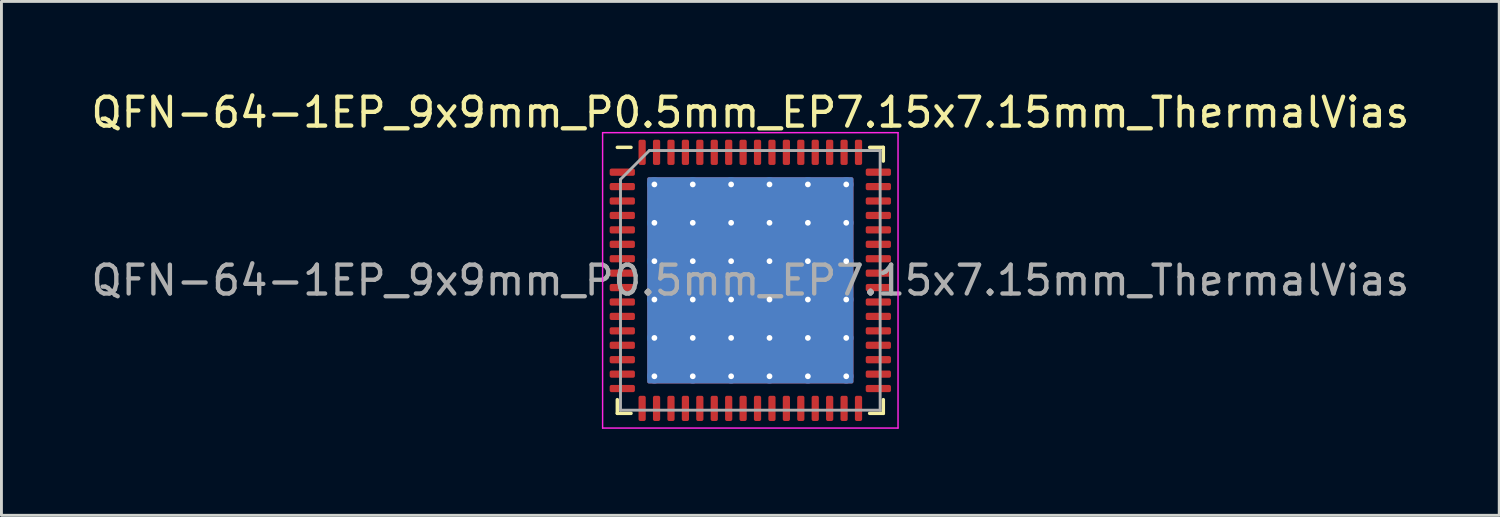
<source format=kicad_pcb>
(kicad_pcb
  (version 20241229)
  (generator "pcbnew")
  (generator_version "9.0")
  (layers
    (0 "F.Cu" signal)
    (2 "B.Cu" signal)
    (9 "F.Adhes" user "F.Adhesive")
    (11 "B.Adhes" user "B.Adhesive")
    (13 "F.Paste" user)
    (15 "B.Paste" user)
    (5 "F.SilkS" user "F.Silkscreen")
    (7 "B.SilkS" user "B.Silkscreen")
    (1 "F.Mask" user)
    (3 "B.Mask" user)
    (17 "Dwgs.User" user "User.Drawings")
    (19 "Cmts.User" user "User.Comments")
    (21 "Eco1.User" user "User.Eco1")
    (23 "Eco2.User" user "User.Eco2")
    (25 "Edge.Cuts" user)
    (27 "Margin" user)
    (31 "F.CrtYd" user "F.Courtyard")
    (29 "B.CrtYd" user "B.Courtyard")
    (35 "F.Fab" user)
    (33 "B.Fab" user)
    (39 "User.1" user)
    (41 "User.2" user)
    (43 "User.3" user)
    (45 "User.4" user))
  (footprint "QFN-64-1EP_9x9mm_P0.5mm_EP7.15x7.15mm_ThermalVias"
    (layer "F.Cu")
    (at 22.958 6.668)
    (property "Reference" "QFN-64-1EP_9x9mm_P0.5mm_EP7.15x7.15mm_ThermalVias" (at 0 -5.82 0) (layer "F.SilkS") (effects (font (size 1 1) (thickness 0.15))))
    (attr smd)
    (fp_line (start -4.61 4.61) (end -4.61 4.135) (stroke (width 0.12) (type solid)) (layer "F.SilkS"))
    (fp_line (start -4.135 -4.61) (end -4.61 -4.61) (stroke (width 0.12) (type solid)) (layer "F.SilkS"))
    (fp_line (start -4.135 4.61) (end -4.61 4.61) (stroke (width 0.12) (type solid)) (layer "F.SilkS"))
    (fp_line (start 4.135 -4.61) (end 4.61 -4.61) (stroke (width 0.12) (type solid)) (layer "F.SilkS"))
    (fp_line (start 4.135 4.61) (end 4.61 4.61) (stroke (width 0.12) (type solid)) (layer "F.SilkS"))
    (fp_line (start 4.61 -4.61) (end 4.61 -4.135) (stroke (width 0.12) (type solid)) (layer "F.SilkS"))
    (fp_line (start 4.61 4.61) (end 4.61 4.135) (stroke (width 0.12) (type solid)) (layer "F.SilkS"))
    (fp_line (start -5.12 -5.12) (end -5.12 5.12) (stroke (width 0.05) (type solid)) (layer "F.CrtYd"))
    (fp_line (start -5.12 5.12) (end 5.12 5.12) (stroke (width 0.05) (type solid)) (layer "F.CrtYd"))
    (fp_line (start 5.12 -5.12) (end -5.12 -5.12) (stroke (width 0.05) (type solid)) (layer "F.CrtYd"))
    (fp_line (start 5.12 5.12) (end 5.12 -5.12) (stroke (width 0.05) (type solid)) (layer "F.CrtYd"))
    (fp_line (start -4.5 -3.5) (end -3.5 -4.5) (stroke (width 0.1) (type solid)) (layer "F.Fab"))
    (fp_line (start -4.5 4.5) (end -4.5 -3.5) (stroke (width 0.1) (type solid)) (layer "F.Fab"))
    (fp_line (start -3.5 -4.5) (end 4.5 -4.5) (stroke (width 0.1) (type solid)) (layer "F.Fab"))
    (fp_line (start 4.5 -4.5) (end 4.5 4.5) (stroke (width 0.1) (type solid)) (layer "F.Fab"))
    (fp_line (start 4.5 4.5) (end -4.5 4.5) (stroke (width 0.1) (type solid)) (layer "F.Fab"))
    (fp_text user "${REFERENCE}" (at 0 0 0) (layer "F.Fab") (effects (font (size 1 1) (thickness 0.15))))
    (pad "" smd custom (at -2.66 -2.66) (size 1.078 1.078) (layers "F.Paste") (options (anchor circle)) (primitives (gr_poly (pts (xy -0.576 -0.471) (xy -0.471 -0.576) (xy 0.471 -0.576) (xy 0.576 -0.471) (xy 0.576 0.471) (xy 0.471 0.576) (xy -0.471 0.576) (xy -0.576 0.471)) (width 0) (fill yes))))
    (pad "" smd custom (at -2.66 -1.33) (size 1.078 1.078) (layers "F.Paste") (options (anchor circle)) (primitives (gr_poly (pts (xy -0.576 -0.471) (xy -0.471 -0.576) (xy 0.471 -0.576) (xy 0.576 -0.471) (xy 0.576 0.471) (xy 0.471 0.576) (xy -0.471 0.576) (xy -0.576 0.471)) (width 0) (fill yes))))
    (pad "" smd custom (at -2.66 0) (size 1.078 1.078) (layers "F.Paste") (options (anchor circle)) (primitives (gr_poly (pts (xy -0.576 -0.471) (xy -0.471 -0.576) (xy 0.471 -0.576) (xy 0.576 -0.471) (xy 0.576 0.471) (xy 0.471 0.576) (xy -0.471 0.576) (xy -0.576 0.471)) (width 0) (fill yes))))
    (pad "" smd custom (at -2.66 1.33) (size 1.078 1.078) (layers "F.Paste") (options (anchor circle)) (primitives (gr_poly (pts (xy -0.576 -0.471) (xy -0.471 -0.576) (xy 0.471 -0.576) (xy 0.576 -0.471) (xy 0.576 0.471) (xy 0.471 0.576) (xy -0.471 0.576) (xy -0.576 0.471)) (width 0) (fill yes))))
    (pad "" smd custom (at -2.66 2.66) (size 1.078 1.078) (layers "F.Paste") (options (anchor circle)) (primitives (gr_poly (pts (xy -0.576 -0.471) (xy -0.471 -0.576) (xy 0.471 -0.576) (xy 0.576 -0.471) (xy 0.576 0.471) (xy 0.471 0.576) (xy -0.471 0.576) (xy -0.576 0.471)) (width 0) (fill yes))))
    (pad "" smd custom (at -1.33 -2.66) (size 1.078 1.078) (layers "F.Paste") (options (anchor circle)) (primitives (gr_poly (pts (xy -0.576 -0.471) (xy -0.471 -0.576) (xy 0.471 -0.576) (xy 0.576 -0.471) (xy 0.576 0.471) (xy 0.471 0.576) (xy -0.471 0.576) (xy -0.576 0.471)) (width 0) (fill yes))))
    (pad "" smd custom (at -1.33 -1.33) (size 1.078 1.078) (layers "F.Paste") (options (anchor circle)) (primitives (gr_poly (pts (xy -0.576 -0.471) (xy -0.471 -0.576) (xy 0.471 -0.576) (xy 0.576 -0.471) (xy 0.576 0.471) (xy 0.471 0.576) (xy -0.471 0.576) (xy -0.576 0.471)) (width 0) (fill yes))))
    (pad "" smd custom (at -1.33 0) (size 1.078 1.078) (layers "F.Paste") (options (anchor circle)) (primitives (gr_poly (pts (xy -0.576 -0.471) (xy -0.471 -0.576) (xy 0.471 -0.576) (xy 0.576 -0.471) (xy 0.576 0.471) (xy 0.471 0.576) (xy -0.471 0.576) (xy -0.576 0.471)) (width 0) (fill yes))))
    (pad "" smd custom (at -1.33 1.33) (size 1.078 1.078) (layers "F.Paste") (options (anchor circle)) (primitives (gr_poly (pts (xy -0.576 -0.471) (xy -0.471 -0.576) (xy 0.471 -0.576) (xy 0.576 -0.471) (xy 0.576 0.471) (xy 0.471 0.576) (xy -0.471 0.576) (xy -0.576 0.471)) (width 0) (fill yes))))
    (pad "" smd custom (at -1.33 2.66) (size 1.078 1.078) (layers "F.Paste") (options (anchor circle)) (primitives (gr_poly (pts (xy -0.576 -0.471) (xy -0.471 -0.576) (xy 0.471 -0.576) (xy 0.576 -0.471) (xy 0.576 0.471) (xy 0.471 0.576) (xy -0.471 0.576) (xy -0.576 0.471)) (width 0) (fill yes))))
    (pad "" smd custom (at 0 -2.66) (size 1.078 1.078) (layers "F.Paste") (options (anchor circle)) (primitives (gr_poly (pts (xy -0.576 -0.471) (xy -0.471 -0.576) (xy 0.471 -0.576) (xy 0.576 -0.471) (xy 0.576 0.471) (xy 0.471 0.576) (xy -0.471 0.576) (xy -0.576 0.471)) (width 0) (fill yes))))
    (pad "" smd custom (at 0 -1.33) (size 1.078 1.078) (layers "F.Paste") (options (anchor circle)) (primitives (gr_poly (pts (xy -0.576 -0.471) (xy -0.471 -0.576) (xy 0.471 -0.576) (xy 0.576 -0.471) (xy 0.576 0.471) (xy 0.471 0.576) (xy -0.471 0.576) (xy -0.576 0.471)) (width 0) (fill yes))))
    (pad "" smd custom (at 0 0) (size 1.078 1.078) (layers "F.Paste") (options (anchor circle)) (primitives (gr_poly (pts (xy -0.576 -0.471) (xy -0.471 -0.576) (xy 0.471 -0.576) (xy 0.576 -0.471) (xy 0.576 0.471) (xy 0.471 0.576) (xy -0.471 0.576) (xy -0.576 0.471)) (width 0) (fill yes))))
    (pad "" smd custom (at 0 1.33) (size 1.078 1.078) (layers "F.Paste") (options (anchor circle)) (primitives (gr_poly (pts (xy -0.576 -0.471) (xy -0.471 -0.576) (xy 0.471 -0.576) (xy 0.576 -0.471) (xy 0.576 0.471) (xy 0.471 0.576) (xy -0.471 0.576) (xy -0.576 0.471)) (width 0) (fill yes))))
    (pad "" smd custom (at 0 2.66) (size 1.078 1.078) (layers "F.Paste") (options (anchor circle)) (primitives (gr_poly (pts (xy -0.576 -0.471) (xy -0.471 -0.576) (xy 0.471 -0.576) (xy 0.576 -0.471) (xy 0.576 0.471) (xy 0.471 0.576) (xy -0.471 0.576) (xy -0.576 0.471)) (width 0) (fill yes))))
    (pad "" smd custom (at 1.33 -2.66) (size 1.078 1.078) (layers "F.Paste") (options (anchor circle)) (primitives (gr_poly (pts (xy -0.576 -0.471) (xy -0.471 -0.576) (xy 0.471 -0.576) (xy 0.576 -0.471) (xy 0.576 0.471) (xy 0.471 0.576) (xy -0.471 0.576) (xy -0.576 0.471)) (width 0) (fill yes))))
    (pad "" smd custom (at 1.33 -1.33) (size 1.078 1.078) (layers "F.Paste") (options (anchor circle)) (primitives (gr_poly (pts (xy -0.576 -0.471) (xy -0.471 -0.576) (xy 0.471 -0.576) (xy 0.576 -0.471) (xy 0.576 0.471) (xy 0.471 0.576) (xy -0.471 0.576) (xy -0.576 0.471)) (width 0) (fill yes))))
    (pad "" smd custom (at 1.33 0) (size 1.078 1.078) (layers "F.Paste") (options (anchor circle)) (primitives (gr_poly (pts (xy -0.576 -0.471) (xy -0.471 -0.576) (xy 0.471 -0.576) (xy 0.576 -0.471) (xy 0.576 0.471) (xy 0.471 0.576) (xy -0.471 0.576) (xy -0.576 0.471)) (width 0) (fill yes))))
    (pad "" smd custom (at 1.33 1.33) (size 1.078 1.078) (layers "F.Paste") (options (anchor circle)) (primitives (gr_poly (pts (xy -0.576 -0.471) (xy -0.471 -0.576) (xy 0.471 -0.576) (xy 0.576 -0.471) (xy 0.576 0.471) (xy 0.471 0.576) (xy -0.471 0.576) (xy -0.576 0.471)) (width 0) (fill yes))))
    (pad "" smd custom (at 1.33 2.66) (size 1.078 1.078) (layers "F.Paste") (options (anchor circle)) (primitives (gr_poly (pts (xy -0.576 -0.471) (xy -0.471 -0.576) (xy 0.471 -0.576) (xy 0.576 -0.471) (xy 0.576 0.471) (xy 0.471 0.576) (xy -0.471 0.576) (xy -0.576 0.471)) (width 0) (fill yes))))
    (pad "" smd custom (at 2.66 -2.66) (size 1.078 1.078) (layers "F.Paste") (options (anchor circle)) (primitives (gr_poly (pts (xy -0.576 -0.471) (xy -0.471 -0.576) (xy 0.471 -0.576) (xy 0.576 -0.471) (xy 0.576 0.471) (xy 0.471 0.576) (xy -0.471 0.576) (xy -0.576 0.471)) (width 0) (fill yes))))
    (pad "" smd custom (at 2.66 -1.33) (size 1.078 1.078) (layers "F.Paste") (options (anchor circle)) (primitives (gr_poly (pts (xy -0.576 -0.471) (xy -0.471 -0.576) (xy 0.471 -0.576) (xy 0.576 -0.471) (xy 0.576 0.471) (xy 0.471 0.576) (xy -0.471 0.576) (xy -0.576 0.471)) (width 0) (fill yes))))
    (pad "" smd custom (at 2.66 0) (size 1.078 1.078) (layers "F.Paste") (options (anchor circle)) (primitives (gr_poly (pts (xy -0.576 -0.471) (xy -0.471 -0.576) (xy 0.471 -0.576) (xy 0.576 -0.471) (xy 0.576 0.471) (xy 0.471 0.576) (xy -0.471 0.576) (xy -0.576 0.471)) (width 0) (fill yes))))
    (pad "" smd custom (at 2.66 1.33) (size 1.078 1.078) (layers "F.Paste") (options (anchor circle)) (primitives (gr_poly (pts (xy -0.576 -0.471) (xy -0.471 -0.576) (xy 0.471 -0.576) (xy 0.576 -0.471) (xy 0.576 0.471) (xy 0.471 0.576) (xy -0.471 0.576) (xy -0.576 0.471)) (width 0) (fill yes))))
    (pad "" smd custom (at 2.66 2.66) (size 1.078 1.078) (layers "F.Paste") (options (anchor circle)) (primitives (gr_poly (pts (xy -0.576 -0.471) (xy -0.471 -0.576) (xy 0.471 -0.576) (xy 0.576 -0.471) (xy 0.576 0.471) (xy 0.471 0.576) (xy -0.471 0.576) (xy -0.576 0.471)) (width 0) (fill yes))))
    (pad "1" smd roundrect (at -4.438 -3.75) (size 0.875 0.25) (layers "F.Cu" "F.Mask" "F.Paste") (roundrect_rratio 0.25))
    (pad "2" smd roundrect (at -4.438 -3.25) (size 0.875 0.25) (layers "F.Cu" "F.Mask" "F.Paste") (roundrect_rratio 0.25))
    (pad "3" smd roundrect (at -4.438 -2.75) (size 0.875 0.25) (layers "F.Cu" "F.Mask" "F.Paste") (roundrect_rratio 0.25))
    (pad "4" smd roundrect (at -4.438 -2.25) (size 0.875 0.25) (layers "F.Cu" "F.Mask" "F.Paste") (roundrect_rratio 0.25))
    (pad "5" smd roundrect (at -4.438 -1.75) (size 0.875 0.25) (layers "F.Cu" "F.Mask" "F.Paste") (roundrect_rratio 0.25))
    (pad "6" smd roundrect (at -4.438 -1.25) (size 0.875 0.25) (layers "F.Cu" "F.Mask" "F.Paste") (roundrect_rratio 0.25))
    (pad "7" smd roundrect (at -4.438 -0.75) (size 0.875 0.25) (layers "F.Cu" "F.Mask" "F.Paste") (roundrect_rratio 0.25))
    (pad "8" smd roundrect (at -4.438 -0.25) (size 0.875 0.25) (layers "F.Cu" "F.Mask" "F.Paste") (roundrect_rratio 0.25))
    (pad "9" smd roundrect (at -4.438 0.25) (size 0.875 0.25) (layers "F.Cu" "F.Mask" "F.Paste") (roundrect_rratio 0.25))
    (pad "10" smd roundrect (at -4.438 0.75) (size 0.875 0.25) (layers "F.Cu" "F.Mask" "F.Paste") (roundrect_rratio 0.25))
    (pad "11" smd roundrect (at -4.438 1.25) (size 0.875 0.25) (layers "F.Cu" "F.Mask" "F.Paste") (roundrect_rratio 0.25))
    (pad "12" smd roundrect (at -4.438 1.75) (size 0.875 0.25) (layers "F.Cu" "F.Mask" "F.Paste") (roundrect_rratio 0.25))
    (pad "13" smd roundrect (at -4.438 2.25) (size 0.875 0.25) (layers "F.Cu" "F.Mask" "F.Paste") (roundrect_rratio 0.25))
    (pad "14" smd roundrect (at -4.438 2.75) (size 0.875 0.25) (layers "F.Cu" "F.Mask" "F.Paste") (roundrect_rratio 0.25))
    (pad "15" smd roundrect (at -4.438 3.25) (size 0.875 0.25) (layers "F.Cu" "F.Mask" "F.Paste") (roundrect_rratio 0.25))
    (pad "16" smd roundrect (at -4.438 3.75) (size 0.875 0.25) (layers "F.Cu" "F.Mask" "F.Paste") (roundrect_rratio 0.25))
    (pad "17" smd roundrect (at -3.75 4.438) (size 0.25 0.875) (layers "F.Cu" "F.Mask" "F.Paste") (roundrect_rratio 0.25))
    (pad "18" smd roundrect (at -3.25 4.438) (size 0.25 0.875) (layers "F.Cu" "F.Mask" "F.Paste") (roundrect_rratio 0.25))
    (pad "19" smd roundrect (at -2.75 4.438) (size 0.25 0.875) (layers "F.Cu" "F.Mask" "F.Paste") (roundrect_rratio 0.25))
    (pad "20" smd roundrect (at -2.25 4.438) (size 0.25 0.875) (layers "F.Cu" "F.Mask" "F.Paste") (roundrect_rratio 0.25))
    (pad "21" smd roundrect (at -1.75 4.438) (size 0.25 0.875) (layers "F.Cu" "F.Mask" "F.Paste") (roundrect_rratio 0.25))
    (pad "22" smd roundrect (at -1.25 4.438) (size 0.25 0.875) (layers "F.Cu" "F.Mask" "F.Paste") (roundrect_rratio 0.25))
    (pad "23" smd roundrect (at -0.75 4.438) (size 0.25 0.875) (layers "F.Cu" "F.Mask" "F.Paste") (roundrect_rratio 0.25))
    (pad "24" smd roundrect (at -0.25 4.438) (size 0.25 0.875) (layers "F.Cu" "F.Mask" "F.Paste") (roundrect_rratio 0.25))
    (pad "25" smd roundrect (at 0.25 4.438) (size 0.25 0.875) (layers "F.Cu" "F.Mask" "F.Paste") (roundrect_rratio 0.25))
    (pad "26" smd roundrect (at 0.75 4.438) (size 0.25 0.875) (layers "F.Cu" "F.Mask" "F.Paste") (roundrect_rratio 0.25))
    (pad "27" smd roundrect (at 1.25 4.438) (size 0.25 0.875) (layers "F.Cu" "F.Mask" "F.Paste") (roundrect_rratio 0.25))
    (pad "28" smd roundrect (at 1.75 4.438) (size 0.25 0.875) (layers "F.Cu" "F.Mask" "F.Paste") (roundrect_rratio 0.25))
    (pad "29" smd roundrect (at 2.25 4.438) (size 0.25 0.875) (layers "F.Cu" "F.Mask" "F.Paste") (roundrect_rratio 0.25))
    (pad "30" smd roundrect (at 2.75 4.438) (size 0.25 0.875) (layers "F.Cu" "F.Mask" "F.Paste") (roundrect_rratio 0.25))
    (pad "31" smd roundrect (at 3.25 4.438) (size 0.25 0.875) (layers "F.Cu" "F.Mask" "F.Paste") (roundrect_rratio 0.25))
    (pad "32" smd roundrect (at 3.75 4.438) (size 0.25 0.875) (layers "F.Cu" "F.Mask" "F.Paste") (roundrect_rratio 0.25))
    (pad "33" smd roundrect (at 4.438 3.75) (size 0.875 0.25) (layers "F.Cu" "F.Mask" "F.Paste") (roundrect_rratio 0.25))
    (pad "34" smd roundrect (at 4.438 3.25) (size 0.875 0.25) (layers "F.Cu" "F.Mask" "F.Paste") (roundrect_rratio 0.25))
    (pad "35" smd roundrect (at 4.438 2.75) (size 0.875 0.25) (layers "F.Cu" "F.Mask" "F.Paste") (roundrect_rratio 0.25))
    (pad "36" smd roundrect (at 4.438 2.25) (size 0.875 0.25) (layers "F.Cu" "F.Mask" "F.Paste") (roundrect_rratio 0.25))
    (pad "37" smd roundrect (at 4.438 1.75) (size 0.875 0.25) (layers "F.Cu" "F.Mask" "F.Paste") (roundrect_rratio 0.25))
    (pad "38" smd roundrect (at 4.438 1.25) (size 0.875 0.25) (layers "F.Cu" "F.Mask" "F.Paste") (roundrect_rratio 0.25))
    (pad "39" smd roundrect (at 4.438 0.75) (size 0.875 0.25) (layers "F.Cu" "F.Mask" "F.Paste") (roundrect_rratio 0.25))
    (pad "40" smd roundrect (at 4.438 0.25) (size 0.875 0.25) (layers "F.Cu" "F.Mask" "F.Paste") (roundrect_rratio 0.25))
    (pad "41" smd roundrect (at 4.438 -0.25) (size 0.875 0.25) (layers "F.Cu" "F.Mask" "F.Paste") (roundrect_rratio 0.25))
    (pad "42" smd roundrect (at 4.438 -0.75) (size 0.875 0.25) (layers "F.Cu" "F.Mask" "F.Paste") (roundrect_rratio 0.25))
    (pad "43" smd roundrect (at 4.438 -1.25) (size 0.875 0.25) (layers "F.Cu" "F.Mask" "F.Paste") (roundrect_rratio 0.25))
    (pad "44" smd roundrect (at 4.438 -1.75) (size 0.875 0.25) (layers "F.Cu" "F.Mask" "F.Paste") (roundrect_rratio 0.25))
    (pad "45" smd roundrect (at 4.438 -2.25) (size 0.875 0.25) (layers "F.Cu" "F.Mask" "F.Paste") (roundrect_rratio 0.25))
    (pad "46" smd roundrect (at 4.438 -2.75) (size 0.875 0.25) (layers "F.Cu" "F.Mask" "F.Paste") (roundrect_rratio 0.25))
    (pad "47" smd roundrect (at 4.438 -3.25) (size 0.875 0.25) (layers "F.Cu" "F.Mask" "F.Paste") (roundrect_rratio 0.25))
    (pad "48" smd roundrect (at 4.438 -3.75) (size 0.875 0.25) (layers "F.Cu" "F.Mask" "F.Paste") (roundrect_rratio 0.25))
    (pad "49" smd roundrect (at 3.75 -4.438) (size 0.25 0.875) (layers "F.Cu" "F.Mask" "F.Paste") (roundrect_rratio 0.25))
    (pad "50" smd roundrect (at 3.25 -4.438) (size 0.25 0.875) (layers "F.Cu" "F.Mask" "F.Paste") (roundrect_rratio 0.25))
    (pad "51" smd roundrect (at 2.75 -4.438) (size 0.25 0.875) (layers "F.Cu" "F.Mask" "F.Paste") (roundrect_rratio 0.25))
    (pad "52" smd roundrect (at 2.25 -4.438) (size 0.25 0.875) (layers "F.Cu" "F.Mask" "F.Paste") (roundrect_rratio 0.25))
    (pad "53" smd roundrect (at 1.75 -4.438) (size 0.25 0.875) (layers "F.Cu" "F.Mask" "F.Paste") (roundrect_rratio 0.25))
    (pad "54" smd roundrect (at 1.25 -4.438) (size 0.25 0.875) (layers "F.Cu" "F.Mask" "F.Paste") (roundrect_rratio 0.25))
    (pad "55" smd roundrect (at 0.75 -4.438) (size 0.25 0.875) (layers "F.Cu" "F.Mask" "F.Paste") (roundrect_rratio 0.25))
    (pad "56" smd roundrect (at 0.25 -4.438) (size 0.25 0.875) (layers "F.Cu" "F.Mask" "F.Paste") (roundrect_rratio 0.25))
    (pad "57" smd roundrect (at -0.25 -4.438) (size 0.25 0.875) (layers "F.Cu" "F.Mask" "F.Paste") (roundrect_rratio 0.25))
    (pad "58" smd roundrect (at -0.75 -4.438) (size 0.25 0.875) (layers "F.Cu" "F.Mask" "F.Paste") (roundrect_rratio 0.25))
    (pad "59" smd roundrect (at -1.25 -4.438) (size 0.25 0.875) (layers "F.Cu" "F.Mask" "F.Paste") (roundrect_rratio 0.25))
    (pad "60" smd roundrect (at -1.75 -4.438) (size 0.25 0.875) (layers "F.Cu" "F.Mask" "F.Paste") (roundrect_rratio 0.25))
    (pad "61" smd roundrect (at -2.25 -4.438) (size 0.25 0.875) (layers "F.Cu" "F.Mask" "F.Paste") (roundrect_rratio 0.25))
    (pad "62" smd roundrect (at -2.75 -4.438) (size 0.25 0.875) (layers "F.Cu" "F.Mask" "F.Paste") (roundrect_rratio 0.25))
    (pad "63" smd roundrect (at -3.25 -4.438) (size 0.25 0.875) (layers "F.Cu" "F.Mask" "F.Paste") (roundrect_rratio 0.25))
    (pad "64" smd roundrect (at -3.75 -4.438) (size 0.25 0.875) (layers "F.Cu" "F.Mask" "F.Paste") (roundrect_rratio 0.25))
    (pad "65" thru_hole circle (at -3.325 -3.325) (size 0.5 0.5) (drill 0.2) (layers "*.Cu"))
    (pad "65" thru_hole circle (at -3.325 -1.995) (size 0.5 0.5) (drill 0.2) (layers "*.Cu"))
    (pad "65" thru_hole circle (at -3.325 -0.665) (size 0.5 0.5) (drill 0.2) (layers "*.Cu"))
    (pad "65" thru_hole circle (at -3.325 0.665) (size 0.5 0.5) (drill 0.2) (layers "*.Cu"))
    (pad "65" thru_hole circle (at -3.325 1.995) (size 0.5 0.5) (drill 0.2) (layers "*.Cu"))
    (pad "65" thru_hole circle (at -3.325 3.325) (size 0.5 0.5) (drill 0.2) (layers "*.Cu"))
    (pad "65" thru_hole circle (at -1.995 -3.325) (size 0.5 0.5) (drill 0.2) (layers "*.Cu"))
    (pad "65" thru_hole circle (at -1.995 -1.995) (size 0.5 0.5) (drill 0.2) (layers "*.Cu"))
    (pad "65" thru_hole circle (at -1.995 -0.665) (size 0.5 0.5) (drill 0.2) (layers "*.Cu"))
    (pad "65" thru_hole circle (at -1.995 0.665) (size 0.5 0.5) (drill 0.2) (layers "*.Cu"))
    (pad "65" thru_hole circle (at -1.995 1.995) (size 0.5 0.5) (drill 0.2) (layers "*.Cu"))
    (pad "65" thru_hole circle (at -1.995 3.325) (size 0.5 0.5) (drill 0.2) (layers "*.Cu"))
    (pad "65" thru_hole circle (at -0.665 -3.325) (size 0.5 0.5) (drill 0.2) (layers "*.Cu"))
    (pad "65" thru_hole circle (at -0.665 -1.995) (size 0.5 0.5) (drill 0.2) (layers "*.Cu"))
    (pad "65" thru_hole circle (at -0.665 -0.665) (size 0.5 0.5) (drill 0.2) (layers "*.Cu"))
    (pad "65" thru_hole circle (at -0.665 0.665) (size 0.5 0.5) (drill 0.2) (layers "*.Cu"))
    (pad "65" thru_hole circle (at -0.665 1.995) (size 0.5 0.5) (drill 0.2) (layers "*.Cu"))
    (pad "65" thru_hole circle (at -0.665 3.325) (size 0.5 0.5) (drill 0.2) (layers "*.Cu"))
    (pad "65" smd roundrect (at 0 0) (size 7.15 7.15) (layers "F.Cu" "F.Mask") (roundrect_rratio 0.009))
    (pad "65" smd roundrect (at 0 0) (size 7.15 7.15) (layers "B.Cu") (roundrect_rratio 0.009))
    (pad "65" thru_hole circle (at 0.665 -3.325) (size 0.5 0.5) (drill 0.2) (layers "*.Cu"))
    (pad "65" thru_hole circle (at 0.665 -1.995) (size 0.5 0.5) (drill 0.2) (layers "*.Cu"))
    (pad "65" thru_hole circle (at 0.665 -0.665) (size 0.5 0.5) (drill 0.2) (layers "*.Cu"))
    (pad "65" thru_hole circle (at 0.665 0.665) (size 0.5 0.5) (drill 0.2) (layers "*.Cu"))
    (pad "65" thru_hole circle (at 0.665 1.995) (size 0.5 0.5) (drill 0.2) (layers "*.Cu"))
    (pad "65" thru_hole circle (at 0.665 3.325) (size 0.5 0.5) (drill 0.2) (layers "*.Cu"))
    (pad "65" thru_hole circle (at 1.995 -3.325) (size 0.5 0.5) (drill 0.2) (layers "*.Cu"))
    (pad "65" thru_hole circle (at 1.995 -1.995) (size 0.5 0.5) (drill 0.2) (layers "*.Cu"))
    (pad "65" thru_hole circle (at 1.995 -0.665) (size 0.5 0.5) (drill 0.2) (layers "*.Cu"))
    (pad "65" thru_hole circle (at 1.995 0.665) (size 0.5 0.5) (drill 0.2) (layers "*.Cu"))
    (pad "65" thru_hole circle (at 1.995 1.995) (size 0.5 0.5) (drill 0.2) (layers "*.Cu"))
    (pad "65" thru_hole circle (at 1.995 3.325) (size 0.5 0.5) (drill 0.2) (layers "*.Cu"))
    (pad "65" thru_hole circle (at 3.325 -3.325) (size 0.5 0.5) (drill 0.2) (layers "*.Cu"))
    (pad "65" thru_hole circle (at 3.325 -1.995) (size 0.5 0.5) (drill 0.2) (layers "*.Cu"))
    (pad "65" thru_hole circle (at 3.325 -0.665) (size 0.5 0.5) (drill 0.2) (layers "*.Cu"))
    (pad "65" thru_hole circle (at 3.325 0.665) (size 0.5 0.5) (drill 0.2) (layers "*.Cu"))
    (pad "65" thru_hole circle (at 3.325 1.995) (size 0.5 0.5) (drill 0.2) (layers "*.Cu"))
    (pad "65" thru_hole circle (at 3.325 3.325) (size 0.5 0.5) (drill 0.2) (layers "*.Cu")))
  (gr_rect
    (start -3 -3)
    (end 48.917 14.813)
    (stroke (width 0.1) (type default))
    (fill no)
    (layer "Edge.Cuts")))
</source>
